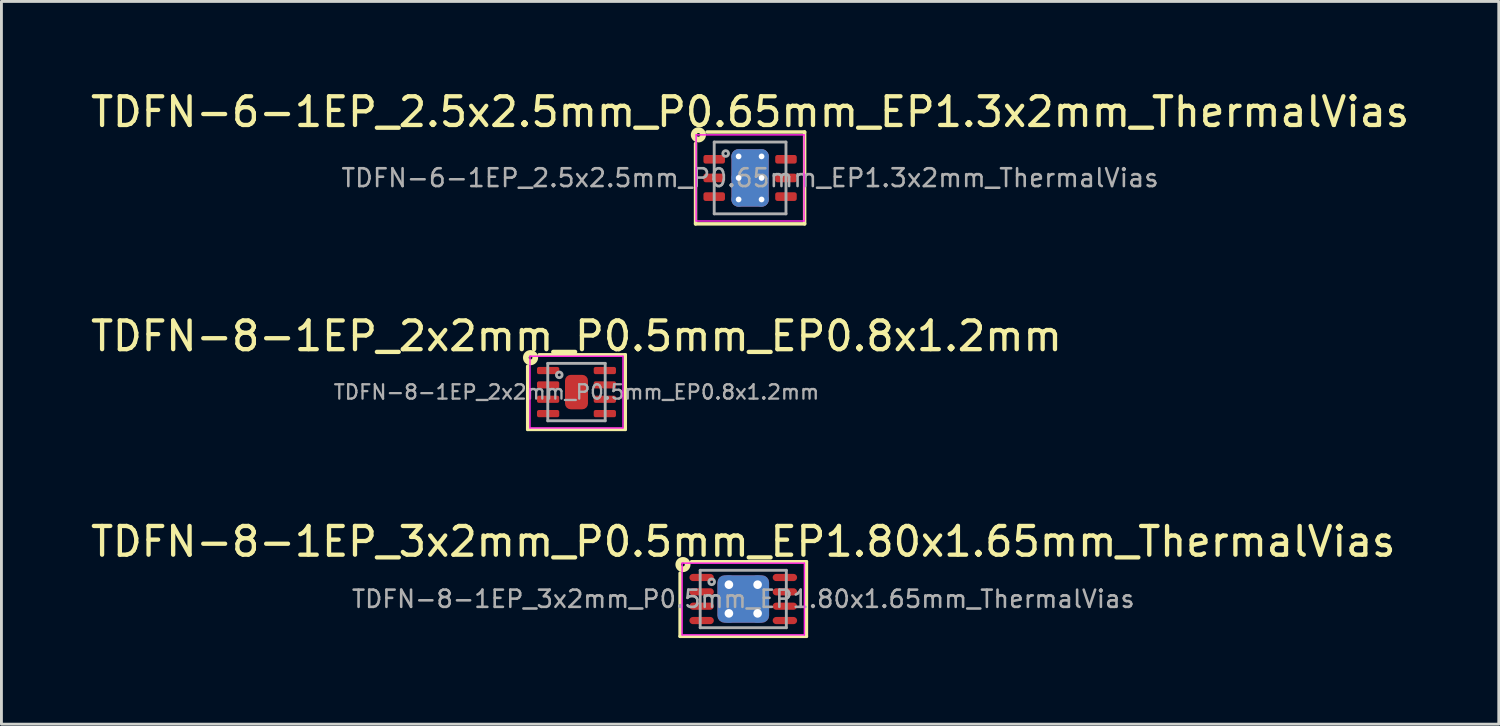
<source format=kicad_pcb>
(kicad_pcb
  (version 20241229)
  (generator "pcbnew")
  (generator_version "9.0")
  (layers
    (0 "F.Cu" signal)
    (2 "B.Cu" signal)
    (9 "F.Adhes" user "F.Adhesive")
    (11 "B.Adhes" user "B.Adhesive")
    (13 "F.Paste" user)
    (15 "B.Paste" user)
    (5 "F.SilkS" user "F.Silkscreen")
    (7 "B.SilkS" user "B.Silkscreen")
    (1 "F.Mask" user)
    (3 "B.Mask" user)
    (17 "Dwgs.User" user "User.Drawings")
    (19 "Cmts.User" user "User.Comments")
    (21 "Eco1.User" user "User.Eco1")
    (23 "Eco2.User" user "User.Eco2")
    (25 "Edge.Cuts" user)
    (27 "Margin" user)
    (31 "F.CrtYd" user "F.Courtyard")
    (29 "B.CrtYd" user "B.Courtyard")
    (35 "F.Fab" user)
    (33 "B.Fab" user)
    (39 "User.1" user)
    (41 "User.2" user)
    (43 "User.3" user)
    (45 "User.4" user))
  (footprint "TDFN-8-1EP_2x2mm_P0.5mm_EP0.8x1.2mm"
    (layer "F.Cu")
    (at 17.03 10.607)
    (property "Reference" "TDFN-8-1EP_2x2mm_P0.5mm_EP0.8x1.2mm" (at 0 -1.95 0) (layer "F.SilkS") (effects (font (size 1 1) (thickness 0.15))))
    (attr smd)
    (fp_line (start -1.7 -0.9) (end -1.7 1.3) (stroke (width 0.12) (type solid)) (layer "F.SilkS"))
    (fp_line (start -1.7 1.3) (end 1.7 1.3) (stroke (width 0.12) (type solid)) (layer "F.SilkS"))
    (fp_line (start 1.7 -1.3) (end -1.3 -1.3) (stroke (width 0.12) (type solid)) (layer "F.SilkS"))
    (fp_line (start 1.7 1.3) (end 1.7 -1.3) (stroke (width 0.12) (type solid)) (layer "F.SilkS"))
    (fp_circle (center -1.6 -1.2) (end -1.536 -1.2) (stroke (width 0.2) (type solid)) (fill no) (layer "F.SilkS"))
    (fp_line (start -1.62 -1.25) (end -1.62 1.25) (stroke (width 0.05) (type solid)) (layer "F.CrtYd"))
    (fp_line (start -1.62 1.25) (end 1.62 1.25) (stroke (width 0.05) (type solid)) (layer "F.CrtYd"))
    (fp_line (start 1.62 -1.25) (end -1.62 -1.25) (stroke (width 0.05) (type solid)) (layer "F.CrtYd"))
    (fp_line (start 1.62 1.25) (end 1.62 -1.25) (stroke (width 0.05) (type solid)) (layer "F.CrtYd"))
    (fp_line (start -1 -1) (end 1 -1) (stroke (width 0.1) (type solid)) (layer "F.Fab"))
    (fp_line (start -1 1) (end -1 -1) (stroke (width 0.1) (type solid)) (layer "F.Fab"))
    (fp_line (start 1 -1) (end 1 1) (stroke (width 0.1) (type solid)) (layer "F.Fab"))
    (fp_line (start 1 1) (end -1 1) (stroke (width 0.1) (type solid)) (layer "F.Fab"))
    (fp_circle (center -0.6 -0.6) (end -0.5 -0.6) (stroke (width 0.1) (type solid)) (fill no) (layer "F.Fab"))
    (fp_text user "${REFERENCE}" (at 0 0 0) (layer "F.Fab") (effects (font (size 0.5 0.5) (thickness 0.08))))
    (pad "" smd roundrect (at -0.2 -0.3) (size 0.32 0.48) (layers "F.Paste") (roundrect_rratio 0.25))
    (pad "" smd roundrect (at -0.2 0.3) (size 0.32 0.48) (layers "F.Paste") (roundrect_rratio 0.25))
    (pad "" smd roundrect (at 0.2 -0.3) (size 0.32 0.48) (layers "F.Paste") (roundrect_rratio 0.25))
    (pad "" smd roundrect (at 0.2 0.3) (size 0.32 0.48) (layers "F.Paste") (roundrect_rratio 0.25))
    (pad "1" smd roundrect (at -0.988 -0.75) (size 0.775 0.25) (layers "F.Cu" "F.Mask" "F.Paste") (roundrect_rratio 0.25))
    (pad "2" smd roundrect (at -0.988 -0.25) (size 0.775 0.25) (layers "F.Cu" "F.Mask" "F.Paste") (roundrect_rratio 0.25))
    (pad "3" smd roundrect (at -0.988 0.25) (size 0.775 0.25) (layers "F.Cu" "F.Mask" "F.Paste") (roundrect_rratio 0.25))
    (pad "4" smd roundrect (at -0.988 0.75) (size 0.775 0.25) (layers "F.Cu" "F.Mask" "F.Paste") (roundrect_rratio 0.25))
    (pad "5" smd roundrect (at 0.988 0.75) (size 0.775 0.25) (layers "F.Cu" "F.Mask" "F.Paste") (roundrect_rratio 0.25))
    (pad "6" smd roundrect (at 0.988 0.25) (size 0.775 0.25) (layers "F.Cu" "F.Mask" "F.Paste") (roundrect_rratio 0.25))
    (pad "7" smd roundrect (at 0.988 -0.25) (size 0.775 0.25) (layers "F.Cu" "F.Mask" "F.Paste") (roundrect_rratio 0.25))
    (pad "8" smd roundrect (at 0.988 -0.75) (size 0.775 0.25) (layers "F.Cu" "F.Mask" "F.Paste") (roundrect_rratio 0.25))
    (pad "9" smd roundrect (at 0 0) (size 0.8 1.2) (layers "F.Cu" "F.Mask") (roundrect_rratio 0.25)))
  (footprint "TDFN-8-1EP_3x2mm_P0.5mm_EP1.80x1.65mm_ThermalVias"
    (layer "F.Cu")
    (at 22.839 17.815)
    (property "Reference" "TDFN-8-1EP_3x2mm_P0.5mm_EP1.80x1.65mm_ThermalVias" (at 0 -2 0) (layer "F.SilkS") (effects (font (size 1 1) (thickness 0.15))))
    (attr smd)
    (fp_line (start -2.2 -0.9) (end -2.2 1.3) (stroke (width 0.12) (type solid)) (layer "F.SilkS"))
    (fp_line (start -2.2 1.3) (end 2.2 1.3) (stroke (width 0.12) (type solid)) (layer "F.SilkS"))
    (fp_line (start 2.2 -1.3) (end -1.8 -1.3) (stroke (width 0.12) (type solid)) (layer "F.SilkS"))
    (fp_line (start 2.2 1.3) (end 2.2 -1.3) (stroke (width 0.12) (type solid)) (layer "F.SilkS"))
    (fp_circle (center -2.1 -1.2) (end -2.037 -1.2) (stroke (width 0.2) (type solid)) (fill no) (layer "F.SilkS"))
    (fp_line (start -2.13 -1.25) (end -2.13 1.25) (stroke (width 0.05) (type solid)) (layer "F.CrtYd"))
    (fp_line (start -2.13 1.25) (end 2.13 1.25) (stroke (width 0.05) (type solid)) (layer "F.CrtYd"))
    (fp_line (start 2.13 -1.25) (end -2.13 -1.25) (stroke (width 0.05) (type solid)) (layer "F.CrtYd"))
    (fp_line (start 2.13 1.25) (end 2.13 -1.25) (stroke (width 0.05) (type solid)) (layer "F.CrtYd"))
    (fp_line (start -1.5 -1) (end -1.5 1) (stroke (width 0.1) (type solid)) (layer "F.Fab"))
    (fp_line (start -1.5 1) (end 1.5 1) (stroke (width 0.1) (type solid)) (layer "F.Fab"))
    (fp_line (start 1.5 -1) (end -1.5 -1) (stroke (width 0.1) (type solid)) (layer "F.Fab"))
    (fp_line (start 1.5 1) (end 1.5 -1) (stroke (width 0.1) (type solid)) (layer "F.Fab"))
    (fp_circle (center -1.1 -0.6) (end -1 -0.6) (stroke (width 0.1) (type solid)) (fill no) (layer "F.Fab"))
    (fp_text user "${REFERENCE}" (at 0 0 0) (layer "F.Fab") (effects (font (size 0.6 0.6) (thickness 0.09))))
    (pad "" smd roundrect (at -0.45 -0.4) (size 0.6 0.6) (layers "F.Paste") (roundrect_rratio 0.152))
    (pad "" smd roundrect (at -0.45 0.4) (size 0.6 0.6) (layers "F.Paste") (roundrect_rratio 0.152))
    (pad "" smd roundrect (at 0.45 -0.4) (size 0.6 0.6) (layers "F.Paste") (roundrect_rratio 0.152))
    (pad "" smd roundrect (at 0.45 0.4) (size 0.6 0.6) (layers "F.Paste") (roundrect_rratio 0.152))
    (pad "1" smd oval (at -1.45 -0.75) (size 0.85 0.25) (layers "F.Cu" "F.Mask" "F.Paste"))
    (pad "2" smd oval (at -1.45 -0.25) (size 0.85 0.25) (layers "F.Cu" "F.Mask" "F.Paste"))
    (pad "3" smd oval (at -1.45 0.25) (size 0.85 0.25) (layers "F.Cu" "F.Mask" "F.Paste"))
    (pad "4" smd oval (at -1.45 0.75) (size 0.85 0.25) (layers "F.Cu" "F.Mask" "F.Paste"))
    (pad "5" smd oval (at 1.45 0.75) (size 0.85 0.25) (layers "F.Cu" "F.Mask" "F.Paste"))
    (pad "6" smd oval (at 1.45 0.25) (size 0.85 0.25) (layers "F.Cu" "F.Mask" "F.Paste"))
    (pad "7" smd oval (at 1.45 -0.25) (size 0.85 0.25) (layers "F.Cu" "F.Mask" "F.Paste"))
    (pad "8" smd oval (at 1.45 -0.75) (size 0.85 0.25) (layers "F.Cu" "F.Mask" "F.Paste"))
    (pad "9" thru_hole circle (at -0.5 -0.5) (size 0.65 0.65) (drill 0.3) (property pad_prop_heatsink) (layers "*.Cu"))
    (pad "9" thru_hole circle (at -0.5 0.5) (size 0.65 0.65) (drill 0.3) (property pad_prop_heatsink) (layers "*.Cu"))
    (pad "9" smd roundrect (at 0 0) (size 1.8 1.65) (layers "F.Cu" "F.Mask") (roundrect_rratio 0.152))
    (pad "9" smd roundrect (at 0 0) (size 1.8 1.65) (layers "B.Cu" "B.Mask") (roundrect_rratio 0.152))
    (pad "9" thru_hole circle (at 0.5 -0.5) (size 0.65 0.65) (drill 0.3) (property pad_prop_heatsink) (layers "*.Cu"))
    (pad "9" thru_hole circle (at 0.5 0.5) (size 0.65 0.65) (drill 0.3) (property pad_prop_heatsink) (layers "*.Cu")))
  (footprint "TDFN-6-1EP_2.5x2.5mm_P0.65mm_EP1.3x2mm_ThermalVias"
    (layer "F.Cu")
    (at 23.077 3.148)
    (property "Reference" "TDFN-6-1EP_2.5x2.5mm_P0.65mm_EP1.3x2mm_ThermalVias" (at 0 -2.3 0) (layer "F.SilkS") (effects (font (size 1 1) (thickness 0.15))))
    (attr smd)
    (fp_line (start -1.9 -1.2) (end -1.9 1.6) (stroke (width 0.12) (type solid)) (layer "F.SilkS"))
    (fp_line (start -1.9 1.6) (end 1.9 1.6) (stroke (width 0.12) (type solid)) (layer "F.SilkS"))
    (fp_line (start 1.9 -1.6) (end -1.5 -1.6) (stroke (width 0.12) (type solid)) (layer "F.SilkS"))
    (fp_line (start 1.9 1.6) (end 1.9 -1.6) (stroke (width 0.12) (type solid)) (layer "F.SilkS"))
    (fp_circle (center -1.8 -1.5) (end -1.736 -1.5) (stroke (width 0.2) (type solid)) (fill no) (layer "F.SilkS"))
    (fp_line (start -1.88 -1.5) (end -1.88 1.5) (stroke (width 0.05) (type solid)) (layer "F.CrtYd"))
    (fp_line (start -1.88 1.5) (end 1.88 1.5) (stroke (width 0.05) (type solid)) (layer "F.CrtYd"))
    (fp_line (start 1.88 -1.5) (end -1.88 -1.5) (stroke (width 0.05) (type solid)) (layer "F.CrtYd"))
    (fp_line (start 1.88 1.5) (end 1.88 -1.5) (stroke (width 0.05) (type solid)) (layer "F.CrtYd"))
    (fp_line (start -1.25 -1.25) (end 1.25 -1.25) (stroke (width 0.1) (type solid)) (layer "F.Fab"))
    (fp_line (start -1.25 1.25) (end -1.25 -1.25) (stroke (width 0.1) (type solid)) (layer "F.Fab"))
    (fp_line (start 1.25 -1.25) (end 1.25 1.25) (stroke (width 0.1) (type solid)) (layer "F.Fab"))
    (fp_line (start 1.25 1.25) (end -1.25 1.25) (stroke (width 0.1) (type solid)) (layer "F.Fab"))
    (fp_circle (center -0.85 -0.85) (end -0.75 -0.85) (stroke (width 0.1) (type solid)) (fill no) (layer "F.Fab"))
    (fp_text user "${REFERENCE}" (at 0 0 0) (layer "F.Fab") (effects (font (size 0.62 0.62) (thickness 0.09))))
    (pad "" smd roundrect (at -0.325 -0.5) (size 0.56 0.87) (layers "F.Paste") (roundrect_rratio 0.25))
    (pad "" smd roundrect (at -0.325 0.5) (size 0.56 0.87) (layers "F.Paste") (roundrect_rratio 0.25))
    (pad "" smd roundrect (at 0.325 -0.5) (size 0.56 0.87) (layers "F.Paste") (roundrect_rratio 0.25))
    (pad "" smd roundrect (at 0.325 0.5) (size 0.56 0.87) (layers "F.Paste") (roundrect_rratio 0.25))
    (pad "1" smd roundrect (at -1.25 -0.65) (size 0.75 0.3) (layers "F.Cu" "F.Mask" "F.Paste") (roundrect_rratio 0.25))
    (pad "2" smd roundrect (at -1.25 0) (size 0.75 0.3) (layers "F.Cu" "F.Mask" "F.Paste") (roundrect_rratio 0.25))
    (pad "3" smd roundrect (at -1.25 0.65) (size 0.75 0.3) (layers "F.Cu" "F.Mask" "F.Paste") (roundrect_rratio 0.25))
    (pad "4" smd roundrect (at 1.25 0.65) (size 0.75 0.3) (layers "F.Cu" "F.Mask" "F.Paste") (roundrect_rratio 0.25))
    (pad "5" smd roundrect (at 1.25 0) (size 0.75 0.3) (layers "F.Cu" "F.Mask" "F.Paste") (roundrect_rratio 0.25))
    (pad "6" smd roundrect (at 1.25 -0.65) (size 0.75 0.3) (layers "F.Cu" "F.Mask" "F.Paste") (roundrect_rratio 0.25))
    (pad "7" thru_hole circle (at -0.4 -0.75) (size 0.5 0.5) (drill 0.2) (property pad_prop_heatsink) (layers "*.Cu"))
    (pad "7" thru_hole circle (at -0.4 0) (size 0.5 0.5) (drill 0.2) (property pad_prop_heatsink) (layers "*.Cu"))
    (pad "7" thru_hole circle (at -0.4 0.75) (size 0.5 0.5) (drill 0.2) (property pad_prop_heatsink) (layers "*.Cu"))
    (pad "7" smd roundrect (at 0 0) (size 1.3 2) (layers "F.Cu" "F.Mask") (roundrect_rratio 0.192))
    (pad "7" smd roundrect (at 0 0) (size 1.3 2) (layers "B.Cu" "B.Mask") (roundrect_rratio 0.192))
    (pad "7" thru_hole circle (at 0.4 -0.75) (size 0.5 0.5) (drill 0.2) (property pad_prop_heatsink) (layers "*.Cu"))
    (pad "7" thru_hole circle (at 0.4 0) (size 0.5 0.5) (drill 0.2) (property pad_prop_heatsink) (layers "*.Cu"))
    (pad "7" thru_hole circle (at 0.4 0.75) (size 0.5 0.5) (drill 0.2) (property pad_prop_heatsink) (layers "*.Cu")))
  (gr_rect
    (start -3 -3)
    (end 49.155 22.175)
    (stroke (width 0.1) (type default))
    (fill no)
    (layer "Edge.Cuts")))
</source>
